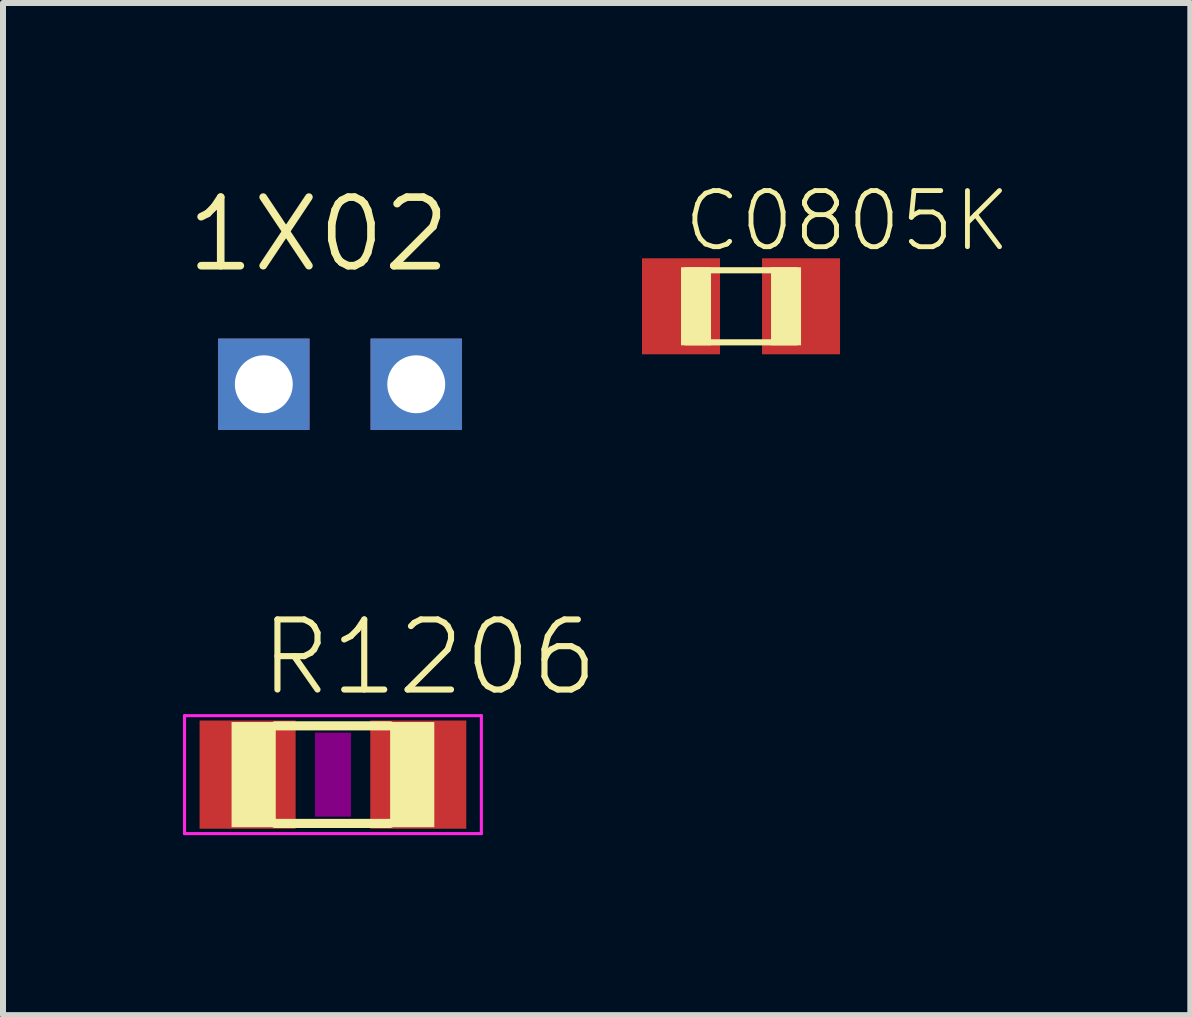
<source format=kicad_pcb>
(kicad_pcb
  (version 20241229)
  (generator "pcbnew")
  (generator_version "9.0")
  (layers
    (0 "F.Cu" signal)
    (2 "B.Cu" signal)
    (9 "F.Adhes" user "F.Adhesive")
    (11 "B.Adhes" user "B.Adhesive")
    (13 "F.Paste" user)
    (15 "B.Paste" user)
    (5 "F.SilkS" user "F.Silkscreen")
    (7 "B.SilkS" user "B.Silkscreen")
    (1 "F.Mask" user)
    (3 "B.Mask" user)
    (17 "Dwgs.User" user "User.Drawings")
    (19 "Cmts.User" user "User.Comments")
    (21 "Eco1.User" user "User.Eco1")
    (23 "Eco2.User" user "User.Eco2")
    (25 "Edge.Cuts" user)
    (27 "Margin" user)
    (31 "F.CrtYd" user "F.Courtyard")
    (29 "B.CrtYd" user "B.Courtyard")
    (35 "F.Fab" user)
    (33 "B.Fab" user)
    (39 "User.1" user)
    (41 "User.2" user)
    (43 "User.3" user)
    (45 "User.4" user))
  (footprint "C0805K"
    (layer "F.Cu")
    (at 9.298 2.054)
    (property "Reference" "C0805K" (at -1 -0.875 0) (unlocked yes) (layer "F.SilkS") (effects (font (size 0.935 0.935) (thickness 0.081)) (justify left bottom)))
    (fp_line (start -0.925 -0.6) (end 0.925 -0.6) (stroke (width 0.102) (type solid)) (layer "F.SilkS"))
    (fp_line (start 0.925 0.6) (end -0.925 0.6) (stroke (width 0.102) (type solid)) (layer "F.SilkS"))
    (fp_poly (pts (xy -1 0.65) (xy -0.5 0.65) (xy -0.5 -0.65) (xy -1 -0.65)) (stroke (width 0) (type default)) (fill yes) (layer "F.SilkS"))
    (fp_poly (pts (xy 0.5 0.65) (xy 1 0.65) (xy 1 -0.65) (xy 0.5 -0.65)) (stroke (width 0) (type default)) (fill yes) (layer "F.SilkS"))
    (pad "1" smd rect (at -1 0) (size 1.3 1.6) (layers "F.Cu" "F.Mask" "F.Paste"))
    (pad "2" smd rect (at 1 0) (size 1.3 1.6) (layers "F.Cu" "F.Mask" "F.Paste")))
  (footprint "R1206"
    (layer "F.Cu")
    (at 2.498 9.858)
    (property "Reference" "R1206" (at -1.27 -1.27 0) (unlocked yes) (layer "F.SilkS") (effects (font (size 1.168 1.168) (thickness 0.102)) (justify left bottom)))
    (fp_line (start 0.953 -0.813) (end -0.965 -0.813) (stroke (width 0.152) (type solid)) (layer "F.SilkS"))
    (fp_line (start 0.953 0.813) (end -0.965 0.813) (stroke (width 0.152) (type solid)) (layer "F.SilkS"))
    (fp_poly (pts (xy -1.689 0.876) (xy -0.953 0.876) (xy -0.953 -0.876) (xy -1.689 -0.876)) (stroke (width 0) (type default)) (fill yes) (layer "F.SilkS"))
    (fp_poly (pts (xy 0.953 0.876) (xy 1.689 0.876) (xy 1.689 -0.876) (xy 0.953 -0.876)) (stroke (width 0) (type default)) (fill yes) (layer "F.SilkS"))
    (fp_poly (pts (xy -0.3 0.7) (xy 0.3 0.7) (xy 0.3 -0.7) (xy -0.3 -0.7)) (stroke (width 0) (type default)) (fill yes) (layer "F.Adhes"))
    (fp_line (start -2.473 -0.983) (end 2.473 -0.983) (stroke (width 0.051) (type solid)) (layer "F.CrtYd"))
    (fp_line (start -2.473 0.983) (end -2.473 -0.983) (stroke (width 0.051) (type solid)) (layer "F.CrtYd"))
    (fp_line (start 2.473 -0.983) (end 2.473 0.983) (stroke (width 0.051) (type solid)) (layer "F.CrtYd"))
    (fp_line (start 2.473 0.983) (end -2.473 0.983) (stroke (width 0.051) (type solid)) (layer "F.CrtYd"))
    (pad "1" smd rect (at -1.422 0) (size 1.6 1.803) (layers "F.Cu" "F.Mask" "F.Paste"))
    (pad "2" smd rect (at 1.422 0) (size 1.6 1.803) (layers "F.Cu" "F.Mask" "F.Paste")))
  (footprint "1X02"
    (layer "F.Cu")
    (at 2.616 3.353)
    (property "Reference" "1X02" (at -2.616 -1.829 0) (unlocked yes) (layer "F.SilkS") (effects (font (size 1.143 1.143) (thickness 0.127)) (justify left bottom)))
    (fp_poly (pts (xy -1.524 0.254) (xy -1.016 0.254) (xy -1.016 -0.254) (xy -1.524 -0.254)) (stroke (width 0) (type default)) (fill yes) (layer "F.SilkS"))
    (fp_poly (pts (xy 1.016 0.254) (xy 1.524 0.254) (xy 1.524 -0.254) (xy 1.016 -0.254)) (stroke (width 0) (type default)) (fill yes) (layer "F.SilkS"))
    (pad "1" thru_hole rect (at -1.27 0 90) (size 1.524 1.524) (drill 0.965) (layers "*.Cu" "*.Mask"))
    (pad "2" thru_hole rect (at 1.27 0 90) (size 1.524 1.524) (drill 0.965) (layers "*.Cu" "*.Mask")))
  (gr_rect
    (start -3 -3)
    (end 16.785 13.866)
    (stroke (width 0.1) (type default))
    (fill no)
    (layer "Edge.Cuts")))
</source>
